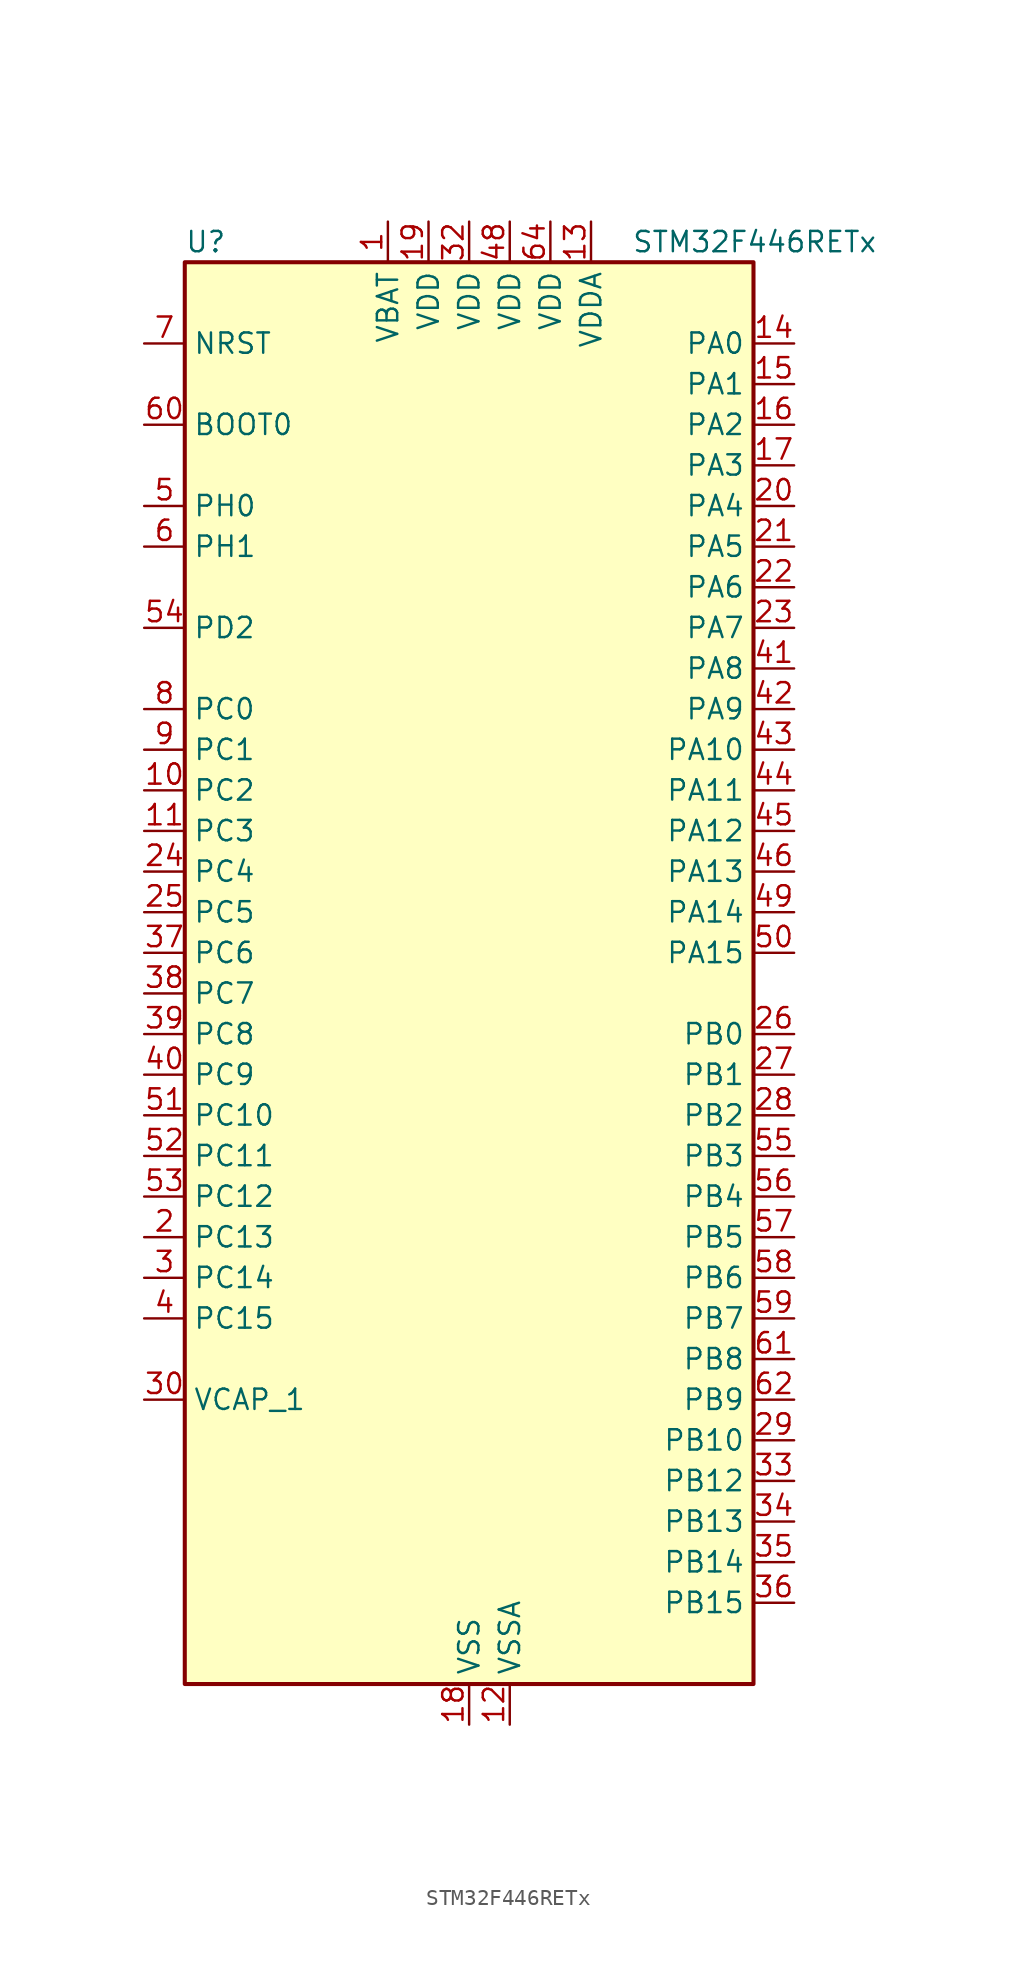
<source format=kicad_sym>
(kicad_symbol_lib
  (version 20241209)
  (generator "kicad_symbol_editor")
  (generator_version "9.0")
  (symbol "STM32F446RETx"
    (property "Reference" "U"
      (at -17.78 46.99 0)
      (effects (font (size 1.27 1.27)) (justify left)))
    (property "Value" "STM32F446RETx"
      (at 10.16 46.99 0)
      (effects (font (size 1.27 1.27)) (justify left)))
    (symbol "STM32F446RETx_0_1"
      (rectangle (start -17.78 -43.18) (end 17.78 45.72) (stroke (width 0.254) (type default)) (fill (type background))))
    (symbol "STM32F446RETx_1_1"
      (pin input line (at -20.32 40.64 0) (length 2.54) (name "NRST" (effects (font (size 1.27 1.27)))) (number "7" (effects (font (size 1.27 1.27)))))
      (pin input line (at -20.32 35.56 0) (length 2.54) (name "BOOT0" (effects (font (size 1.27 1.27)))) (number "60" (effects (font (size 1.27 1.27)))))
      (pin bidirectional line (at -20.32 30.48 0) (length 2.54) (name "PH0" (effects (font (size 1.27 1.27)))) (number "5" (effects (font (size 1.27 1.27)))) (alternate "RCC_OSC_IN" bidirectional line))
      (pin bidirectional line (at -20.32 27.94 0) (length 2.54) (name "PH1" (effects (font (size 1.27 1.27)))) (number "6" (effects (font (size 1.27 1.27)))) (alternate "RCC_OSC_OUT" bidirectional line))
      (pin bidirectional line (at -20.32 22.86 0) (length 2.54) (name "PD2" (effects (font (size 1.27 1.27)))) (number "54" (effects (font (size 1.27 1.27)))) (alternate "DCMI_D11" bidirectional line) (alternate "SDIO_CMD" bidirectional line) (alternate "TIM3_ETR" bidirectional line) (alternate "UART5_RX" bidirectional line))
      (pin bidirectional line (at -20.32 17.78 0) (length 2.54) (name "PC0" (effects (font (size 1.27 1.27)))) (number "8" (effects (font (size 1.27 1.27)))) (alternate "ADC1_IN10" bidirectional line) (alternate "ADC2_IN10" bidirectional line) (alternate "ADC3_IN10" bidirectional line) (alternate "SAI1_MCLK_B" bidirectional line) (alternate "USB_OTG_HS_ULPI_STP" bidirectional line))
      (pin bidirectional line (at -20.32 15.24 0) (length 2.54) (name "PC1" (effects (font (size 1.27 1.27)))) (number "9" (effects (font (size 1.27 1.27)))) (alternate "ADC1_IN11" bidirectional line) (alternate "ADC2_IN11" bidirectional line) (alternate "ADC3_IN11" bidirectional line) (alternate "I2S2_SD" bidirectional line) (alternate "I2S3_SD" bidirectional line) (alternate "SAI1_SD_A" bidirectional line) (alternate "SPI2_MOSI" bidirectional line) (alternate "SPI3_MOSI" bidirectional line))
      (pin bidirectional line (at -20.32 12.7 0) (length 2.54) (name "PC2" (effects (font (size 1.27 1.27)))) (number "10" (effects (font (size 1.27 1.27)))) (alternate "ADC1_IN12" bidirectional line) (alternate "ADC2_IN12" bidirectional line) (alternate "ADC3_IN12" bidirectional line) (alternate "SPI2_MISO" bidirectional line) (alternate "USB_OTG_HS_ULPI_DIR" bidirectional line))
      (pin bidirectional line (at -20.32 10.16 0) (length 2.54) (name "PC3" (effects (font (size 1.27 1.27)))) (number "11" (effects (font (size 1.27 1.27)))) (alternate "ADC1_IN13" bidirectional line) (alternate "ADC2_IN13" bidirectional line) (alternate "ADC3_IN13" bidirectional line) (alternate "I2S2_SD" bidirectional line) (alternate "SPI2_MOSI" bidirectional line) (alternate "USB_OTG_HS_ULPI_NXT" bidirectional line))
      (pin bidirectional line (at -20.32 7.62 0) (length 2.54) (name "PC4" (effects (font (size 1.27 1.27)))) (number "24" (effects (font (size 1.27 1.27)))) (alternate "ADC1_IN14" bidirectional line) (alternate "ADC2_IN14" bidirectional line) (alternate "I2S1_MCK" bidirectional line) (alternate "SPDIFRX_IN2" bidirectional line))
      (pin bidirectional line (at -20.32 5.08 0) (length 2.54) (name "PC5" (effects (font (size 1.27 1.27)))) (number "25" (effects (font (size 1.27 1.27)))) (alternate "ADC1_IN15" bidirectional line) (alternate "ADC2_IN15" bidirectional line) (alternate "SPDIFRX_IN3" bidirectional line) (alternate "USART3_RX" bidirectional line))
      (pin bidirectional line (at -20.32 2.54 0) (length 2.54) (name "PC6" (effects (font (size 1.27 1.27)))) (number "37" (effects (font (size 1.27 1.27)))) (alternate "DCMI_D0" bidirectional line) (alternate "FMPI2C1_SCL" bidirectional line) (alternate "I2S2_MCK" bidirectional line) (alternate "SDIO_D6" bidirectional line) (alternate "TIM3_CH1" bidirectional line) (alternate "TIM8_CH1" bidirectional line) (alternate "USART6_TX" bidirectional line))
      (pin bidirectional line (at -20.32 0 0) (length 2.54) (name "PC7" (effects (font (size 1.27 1.27)))) (number "38" (effects (font (size 1.27 1.27)))) (alternate "DCMI_D1" bidirectional line) (alternate "FMPI2C1_SDA" bidirectional line) (alternate "I2S2_CK" bidirectional line) (alternate "I2S3_MCK" bidirectional line) (alternate "SDIO_D7" bidirectional line) (alternate "SPDIFRX_IN1" bidirectional line) (alternate "SPI2_SCK" bidirectional line) (alternate "TIM3_CH2" bidirectional line) (alternate "TIM8_CH2" bidirectional line) (alternate "USART6_RX" bidirectional line))
      (pin bidirectional line (at -20.32 -2.54 0) (length 2.54) (name "PC8" (effects (font (size 1.27 1.27)))) (number "39" (effects (font (size 1.27 1.27)))) (alternate "DCMI_D2" bidirectional line) (alternate "SDIO_D0" bidirectional line) (alternate "SYS_TRACED0" bidirectional line) (alternate "TIM3_CH3" bidirectional line) (alternate "TIM8_CH3" bidirectional line) (alternate "UART5_RTS" bidirectional line) (alternate "USART6_CK" bidirectional line))
      (pin bidirectional line (at -20.32 -5.08 0) (length 2.54) (name "PC9" (effects (font (size 1.27 1.27)))) (number "40" (effects (font (size 1.27 1.27)))) (alternate "DAC_EXTI9" bidirectional line) (alternate "DCMI_D3" bidirectional line) (alternate "I2C3_SDA" bidirectional line) (alternate "I2S_CKIN" bidirectional line) (alternate "QUADSPI_BK1_IO0" bidirectional line) (alternate "RCC_MCO_2" bidirectional line) (alternate "SDIO_D1" bidirectional line) (alternate "TIM3_CH4" bidirectional line) (alternate "TIM8_CH4" bidirectional line) (alternate "UART5_CTS" bidirectional line))
      (pin bidirectional line (at -20.32 -7.62 0) (length 2.54) (name "PC10" (effects (font (size 1.27 1.27)))) (number "51" (effects (font (size 1.27 1.27)))) (alternate "DCMI_D8" bidirectional line) (alternate "I2S3_CK" bidirectional line) (alternate "QUADSPI_BK1_IO1" bidirectional line) (alternate "SDIO_D2" bidirectional line) (alternate "SPI3_SCK" bidirectional line) (alternate "UART4_TX" bidirectional line) (alternate "USART3_TX" bidirectional line))
      (pin bidirectional line (at -20.32 -10.16 0) (length 2.54) (name "PC11" (effects (font (size 1.27 1.27)))) (number "52" (effects (font (size 1.27 1.27)))) (alternate "ADC1_EXTI11" bidirectional line) (alternate "ADC2_EXTI11" bidirectional line) (alternate "ADC3_EXTI11" bidirectional line) (alternate "DCMI_D4" bidirectional line) (alternate "QUADSPI_BK2_NCS" bidirectional line) (alternate "SDIO_D3" bidirectional line) (alternate "SPI3_MISO" bidirectional line) (alternate "UART4_RX" bidirectional line) (alternate "USART3_RX" bidirectional line))
      (pin bidirectional line (at -20.32 -12.7 0) (length 2.54) (name "PC12" (effects (font (size 1.27 1.27)))) (number "53" (effects (font (size 1.27 1.27)))) (alternate "DCMI_D9" bidirectional line) (alternate "I2C2_SDA" bidirectional line) (alternate "I2S3_SD" bidirectional line) (alternate "SDIO_CK" bidirectional line) (alternate "SPI3_MOSI" bidirectional line) (alternate "UART5_TX" bidirectional line) (alternate "USART3_CK" bidirectional line))
      (pin bidirectional line (at -20.32 -15.24 0) (length 2.54) (name "PC13" (effects (font (size 1.27 1.27)))) (number "2" (effects (font (size 1.27 1.27)))) (alternate "RTC_AF1" bidirectional line) (alternate "SYS_WKUP1" bidirectional line))
      (pin bidirectional line (at -20.32 -17.78 0) (length 2.54) (name "PC14" (effects (font (size 1.27 1.27)))) (number "3" (effects (font (size 1.27 1.27)))) (alternate "RCC_OSC32_IN" bidirectional line))
      (pin bidirectional line (at -20.32 -20.32 0) (length 2.54) (name "PC15" (effects (font (size 1.27 1.27)))) (number "4" (effects (font (size 1.27 1.27)))) (alternate "ADC1_EXTI15" bidirectional line) (alternate "ADC2_EXTI15" bidirectional line) (alternate "ADC3_EXTI15" bidirectional line) (alternate "RCC_OSC32_OUT" bidirectional line))
      (pin power_out line (at -20.32 -25.4 0) (length 2.54) (name "VCAP_1" (effects (font (size 1.27 1.27)))) (number "30" (effects (font (size 1.27 1.27)))))
      (pin power_in line (at -5.08 48.26 270) (length 2.54) (name "VBAT" (effects (font (size 1.27 1.27)))) (number "1" (effects (font (size 1.27 1.27)))))
      (pin power_in line (at -2.54 48.26 270) (length 2.54) (name "VDD" (effects (font (size 1.27 1.27)))) (number "19" (effects (font (size 1.27 1.27)))))
      (pin power_in line (at 0 48.26 270) (length 2.54) (name "VDD" (effects (font (size 1.27 1.27)))) (number "32" (effects (font (size 1.27 1.27)))))
      (pin power_in line (at 0 -45.72 90) (length 2.54) (name "VSS" (effects (font (size 1.27 1.27)))) (number "18" (effects (font (size 1.27 1.27)))))
      (pin passive line (at 0 -45.72 90) (length 2.54) (hide yes) (name "VSS" (effects (font (size 1.27 1.27)))) (number "31" (effects (font (size 1.27 1.27)))))
      (pin passive line (at 0 -45.72 90) (length 2.54) (hide yes) (name "VSS" (effects (font (size 1.27 1.27)))) (number "47" (effects (font (size 1.27 1.27)))))
      (pin passive line (at 0 -45.72 90) (length 2.54) (hide yes) (name "VSS" (effects (font (size 1.27 1.27)))) (number "63" (effects (font (size 1.27 1.27)))))
      (pin power_in line (at 2.54 48.26 270) (length 2.54) (name "VDD" (effects (font (size 1.27 1.27)))) (number "48" (effects (font (size 1.27 1.27)))))
      (pin power_in line (at 2.54 -45.72 90) (length 2.54) (name "VSSA" (effects (font (size 1.27 1.27)))) (number "12" (effects (font (size 1.27 1.27)))))
      (pin power_in line (at 5.08 48.26 270) (length 2.54) (name "VDD" (effects (font (size 1.27 1.27)))) (number "64" (effects (font (size 1.27 1.27)))))
      (pin power_in line (at 7.62 48.26 270) (length 2.54) (name "VDDA" (effects (font (size 1.27 1.27)))) (number "13" (effects (font (size 1.27 1.27)))))
      (pin bidirectional line (at 20.32 40.64 180) (length 2.54) (name "PA0" (effects (font (size 1.27 1.27)))) (number "14" (effects (font (size 1.27 1.27)))) (alternate "ADC1_IN0" bidirectional line) (alternate "ADC2_IN0" bidirectional line) (alternate "ADC3_IN0" bidirectional line) (alternate "RTC_AF2" bidirectional line) (alternate "SYS_WKUP0" bidirectional line) (alternate "TIM2_CH1" bidirectional line) (alternate "TIM2_ETR" bidirectional line) (alternate "TIM5_CH1" bidirectional line) (alternate "TIM8_ETR" bidirectional line) (alternate "UART4_TX" bidirectional line) (alternate "USART2_CTS" bidirectional line))
      (pin bidirectional line (at 20.32 38.1 180) (length 2.54) (name "PA1" (effects (font (size 1.27 1.27)))) (number "15" (effects (font (size 1.27 1.27)))) (alternate "ADC1_IN1" bidirectional line) (alternate "ADC2_IN1" bidirectional line) (alternate "ADC3_IN1" bidirectional line) (alternate "QUADSPI_BK1_IO3" bidirectional line) (alternate "TIM2_CH2" bidirectional line) (alternate "TIM5_CH2" bidirectional line) (alternate "UART4_RX" bidirectional line) (alternate "USART2_RTS" bidirectional line))
      (pin bidirectional line (at 20.32 35.56 180) (length 2.54) (name "PA2" (effects (font (size 1.27 1.27)))) (number "16" (effects (font (size 1.27 1.27)))) (alternate "ADC1_IN2" bidirectional line) (alternate "ADC2_IN2" bidirectional line) (alternate "ADC3_IN2" bidirectional line) (alternate "TIM2_CH3" bidirectional line) (alternate "TIM5_CH3" bidirectional line) (alternate "TIM9_CH1" bidirectional line) (alternate "USART2_TX" bidirectional line))
      (pin bidirectional line (at 20.32 33.02 180) (length 2.54) (name "PA3" (effects (font (size 1.27 1.27)))) (number "17" (effects (font (size 1.27 1.27)))) (alternate "ADC1_IN3" bidirectional line) (alternate "ADC2_IN3" bidirectional line) (alternate "ADC3_IN3" bidirectional line) (alternate "SAI1_FS_A" bidirectional line) (alternate "TIM2_CH4" bidirectional line) (alternate "TIM5_CH4" bidirectional line) (alternate "TIM9_CH2" bidirectional line) (alternate "USART2_RX" bidirectional line) (alternate "USB_OTG_HS_ULPI_D0" bidirectional line))
      (pin bidirectional line (at 20.32 30.48 180) (length 2.54) (name "PA4" (effects (font (size 1.27 1.27)))) (number "20" (effects (font (size 1.27 1.27)))) (alternate "ADC1_IN4" bidirectional line) (alternate "ADC2_IN4" bidirectional line) (alternate "DAC_OUT1" bidirectional line) (alternate "DCMI_HSYNC" bidirectional line) (alternate "I2S1_WS" bidirectional line) (alternate "I2S3_WS" bidirectional line) (alternate "SPI1_NSS" bidirectional line) (alternate "SPI3_NSS" bidirectional line) (alternate "USART2_CK" bidirectional line) (alternate "USB_OTG_HS_SOF" bidirectional line))
      (pin bidirectional line (at 20.32 27.94 180) (length 2.54) (name "PA5" (effects (font (size 1.27 1.27)))) (number "21" (effects (font (size 1.27 1.27)))) (alternate "ADC1_IN5" bidirectional line) (alternate "ADC2_IN5" bidirectional line) (alternate "DAC_OUT2" bidirectional line) (alternate "I2S1_CK" bidirectional line) (alternate "SPI1_SCK" bidirectional line) (alternate "TIM2_CH1" bidirectional line) (alternate "TIM2_ETR" bidirectional line) (alternate "TIM8_CH1N" bidirectional line) (alternate "USB_OTG_HS_ULPI_CK" bidirectional line))
      (pin bidirectional line (at 20.32 25.4 180) (length 2.54) (name "PA6" (effects (font (size 1.27 1.27)))) (number "22" (effects (font (size 1.27 1.27)))) (alternate "ADC1_IN6" bidirectional line) (alternate "ADC2_IN6" bidirectional line) (alternate "DCMI_PIXCLK" bidirectional line) (alternate "I2S2_MCK" bidirectional line) (alternate "SPI1_MISO" bidirectional line) (alternate "TIM13_CH1" bidirectional line) (alternate "TIM1_BKIN" bidirectional line) (alternate "TIM3_CH1" bidirectional line) (alternate "TIM8_BKIN" bidirectional line))
      (pin bidirectional line (at 20.32 22.86 180) (length 2.54) (name "PA7" (effects (font (size 1.27 1.27)))) (number "23" (effects (font (size 1.27 1.27)))) (alternate "ADC1_IN7" bidirectional line) (alternate "ADC2_IN7" bidirectional line) (alternate "I2S1_SD" bidirectional line) (alternate "SPI1_MOSI" bidirectional line) (alternate "TIM14_CH1" bidirectional line) (alternate "TIM1_CH1N" bidirectional line) (alternate "TIM3_CH2" bidirectional line) (alternate "TIM8_CH1N" bidirectional line))
      (pin bidirectional line (at 20.32 20.32 180) (length 2.54) (name "PA8" (effects (font (size 1.27 1.27)))) (number "41" (effects (font (size 1.27 1.27)))) (alternate "I2C3_SCL" bidirectional line) (alternate "RCC_MCO_1" bidirectional line) (alternate "TIM1_CH1" bidirectional line) (alternate "USART1_CK" bidirectional line) (alternate "USB_OTG_FS_SOF" bidirectional line))
      (pin bidirectional line (at 20.32 17.78 180) (length 2.54) (name "PA9" (effects (font (size 1.27 1.27)))) (number "42" (effects (font (size 1.27 1.27)))) (alternate "DAC_EXTI9" bidirectional line) (alternate "DCMI_D0" bidirectional line) (alternate "I2C3_SMBA" bidirectional line) (alternate "I2S2_CK" bidirectional line) (alternate "SAI1_SD_B" bidirectional line) (alternate "SPI2_SCK" bidirectional line) (alternate "TIM1_CH2" bidirectional line) (alternate "USART1_TX" bidirectional line) (alternate "USB_OTG_FS_VBUS" bidirectional line))
      (pin bidirectional line (at 20.32 15.24 180) (length 2.54) (name "PA10" (effects (font (size 1.27 1.27)))) (number "43" (effects (font (size 1.27 1.27)))) (alternate "DCMI_D1" bidirectional line) (alternate "TIM1_CH3" bidirectional line) (alternate "USART1_RX" bidirectional line) (alternate "USB_OTG_FS_ID" bidirectional line))
      (pin bidirectional line (at 20.32 12.7 180) (length 2.54) (name "PA11" (effects (font (size 1.27 1.27)))) (number "44" (effects (font (size 1.27 1.27)))) (alternate "ADC1_EXTI11" bidirectional line) (alternate "ADC2_EXTI11" bidirectional line) (alternate "ADC3_EXTI11" bidirectional line) (alternate "CAN1_RX" bidirectional line) (alternate "TIM1_CH4" bidirectional line) (alternate "USART1_CTS" bidirectional line) (alternate "USB_OTG_FS_DM" bidirectional line))
      (pin bidirectional line (at 20.32 10.16 180) (length 2.54) (name "PA12" (effects (font (size 1.27 1.27)))) (number "45" (effects (font (size 1.27 1.27)))) (alternate "CAN1_TX" bidirectional line) (alternate "TIM1_ETR" bidirectional line) (alternate "USART1_RTS" bidirectional line) (alternate "USB_OTG_FS_DP" bidirectional line))
      (pin bidirectional line (at 20.32 7.62 180) (length 2.54) (name "PA13" (effects (font (size 1.27 1.27)))) (number "46" (effects (font (size 1.27 1.27)))) (alternate "SYS_JTMS-SWDIO" bidirectional line))
      (pin bidirectional line (at 20.32 5.08 180) (length 2.54) (name "PA14" (effects (font (size 1.27 1.27)))) (number "49" (effects (font (size 1.27 1.27)))) (alternate "SYS_JTCK-SWCLK" bidirectional line))
      (pin bidirectional line (at 20.32 2.54 180) (length 2.54) (name "PA15" (effects (font (size 1.27 1.27)))) (number "50" (effects (font (size 1.27 1.27)))) (alternate "ADC1_EXTI15" bidirectional line) (alternate "ADC2_EXTI15" bidirectional line) (alternate "ADC3_EXTI15" bidirectional line) (alternate "CEC" bidirectional line) (alternate "I2S1_WS" bidirectional line) (alternate "I2S3_WS" bidirectional line) (alternate "SPI1_NSS" bidirectional line) (alternate "SPI3_NSS" bidirectional line) (alternate "SYS_JTDI" bidirectional line) (alternate "TIM2_CH1" bidirectional line) (alternate "TIM2_ETR" bidirectional line) (alternate "UART4_RTS" bidirectional line))
      (pin bidirectional line (at 20.32 -2.54 180) (length 2.54) (name "PB0" (effects (font (size 1.27 1.27)))) (number "26" (effects (font (size 1.27 1.27)))) (alternate "ADC1_IN8" bidirectional line) (alternate "ADC2_IN8" bidirectional line) (alternate "I2S3_SD" bidirectional line) (alternate "SDIO_D1" bidirectional line) (alternate "SPI3_MOSI" bidirectional line) (alternate "TIM1_CH2N" bidirectional line) (alternate "TIM3_CH3" bidirectional line) (alternate "TIM8_CH2N" bidirectional line) (alternate "UART4_CTS" bidirectional line) (alternate "USB_OTG_HS_ULPI_D1" bidirectional line))
      (pin bidirectional line (at 20.32 -5.08 180) (length 2.54) (name "PB1" (effects (font (size 1.27 1.27)))) (number "27" (effects (font (size 1.27 1.27)))) (alternate "ADC1_IN9" bidirectional line) (alternate "ADC2_IN9" bidirectional line) (alternate "SDIO_D2" bidirectional line) (alternate "TIM1_CH3N" bidirectional line) (alternate "TIM3_CH4" bidirectional line) (alternate "TIM8_CH3N" bidirectional line) (alternate "USB_OTG_HS_ULPI_D2" bidirectional line))
      (pin bidirectional line (at 20.32 -7.62 180) (length 2.54) (name "PB2" (effects (font (size 1.27 1.27)))) (number "28" (effects (font (size 1.27 1.27)))) (alternate "I2S3_SD" bidirectional line) (alternate "QUADSPI_CLK" bidirectional line) (alternate "SAI1_SD_A" bidirectional line) (alternate "SDIO_CK" bidirectional line) (alternate "SPI3_MOSI" bidirectional line) (alternate "TIM2_CH4" bidirectional line) (alternate "USB_OTG_HS_ULPI_D4" bidirectional line))
      (pin bidirectional line (at 20.32 -10.16 180) (length 2.54) (name "PB3" (effects (font (size 1.27 1.27)))) (number "55" (effects (font (size 1.27 1.27)))) (alternate "I2C2_SDA" bidirectional line) (alternate "I2S1_CK" bidirectional line) (alternate "I2S3_CK" bidirectional line) (alternate "SPI1_SCK" bidirectional line) (alternate "SPI3_SCK" bidirectional line) (alternate "SYS_JTDO-SWO" bidirectional line) (alternate "TIM2_CH2" bidirectional line))
      (pin bidirectional line (at 20.32 -12.7 180) (length 2.54) (name "PB4" (effects (font (size 1.27 1.27)))) (number "56" (effects (font (size 1.27 1.27)))) (alternate "I2C3_SDA" bidirectional line) (alternate "I2S2_WS" bidirectional line) (alternate "SPI1_MISO" bidirectional line) (alternate "SPI2_NSS" bidirectional line) (alternate "SPI3_MISO" bidirectional line) (alternate "SYS_JTRST" bidirectional line) (alternate "TIM3_CH1" bidirectional line))
      (pin bidirectional line (at 20.32 -15.24 180) (length 2.54) (name "PB5" (effects (font (size 1.27 1.27)))) (number "57" (effects (font (size 1.27 1.27)))) (alternate "CAN2_RX" bidirectional line) (alternate "DCMI_D10" bidirectional line) (alternate "I2C1_SMBA" bidirectional line) (alternate "I2S1_SD" bidirectional line) (alternate "I2S3_SD" bidirectional line) (alternate "SPI1_MOSI" bidirectional line) (alternate "SPI3_MOSI" bidirectional line) (alternate "TIM3_CH2" bidirectional line) (alternate "USB_OTG_HS_ULPI_D7" bidirectional line))
      (pin bidirectional line (at 20.32 -17.78 180) (length 2.54) (name "PB6" (effects (font (size 1.27 1.27)))) (number "58" (effects (font (size 1.27 1.27)))) (alternate "CAN2_TX" bidirectional line) (alternate "CEC" bidirectional line) (alternate "DCMI_D5" bidirectional line) (alternate "I2C1_SCL" bidirectional line) (alternate "QUADSPI_BK1_NCS" bidirectional line) (alternate "TIM4_CH1" bidirectional line) (alternate "USART1_TX" bidirectional line))
      (pin bidirectional line (at 20.32 -20.32 180) (length 2.54) (name "PB7" (effects (font (size 1.27 1.27)))) (number "59" (effects (font (size 1.27 1.27)))) (alternate "DCMI_VSYNC" bidirectional line) (alternate "I2C1_SDA" bidirectional line) (alternate "SPDIFRX_IN0" bidirectional line) (alternate "TIM4_CH2" bidirectional line) (alternate "USART1_RX" bidirectional line))
      (pin bidirectional line (at 20.32 -22.86 180) (length 2.54) (name "PB8" (effects (font (size 1.27 1.27)))) (number "61" (effects (font (size 1.27 1.27)))) (alternate "CAN1_RX" bidirectional line) (alternate "DCMI_D6" bidirectional line) (alternate "I2C1_SCL" bidirectional line) (alternate "SDIO_D4" bidirectional line) (alternate "TIM10_CH1" bidirectional line) (alternate "TIM2_CH1" bidirectional line) (alternate "TIM2_ETR" bidirectional line) (alternate "TIM4_CH3" bidirectional line))
      (pin bidirectional line (at 20.32 -25.4 180) (length 2.54) (name "PB9" (effects (font (size 1.27 1.27)))) (number "62" (effects (font (size 1.27 1.27)))) (alternate "CAN1_TX" bidirectional line) (alternate "DAC_EXTI9" bidirectional line) (alternate "DCMI_D7" bidirectional line) (alternate "I2C1_SDA" bidirectional line) (alternate "I2S2_WS" bidirectional line) (alternate "SAI1_FS_B" bidirectional line) (alternate "SDIO_D5" bidirectional line) (alternate "SPI2_NSS" bidirectional line) (alternate "TIM11_CH1" bidirectional line) (alternate "TIM2_CH2" bidirectional line) (alternate "TIM4_CH4" bidirectional line))
      (pin bidirectional line (at 20.32 -27.94 180) (length 2.54) (name "PB10" (effects (font (size 1.27 1.27)))) (number "29" (effects (font (size 1.27 1.27)))) (alternate "I2C2_SCL" bidirectional line) (alternate "I2S2_CK" bidirectional line) (alternate "SAI1_SCK_A" bidirectional line) (alternate "SPI2_SCK" bidirectional line) (alternate "TIM2_CH3" bidirectional line) (alternate "USART3_TX" bidirectional line) (alternate "USB_OTG_HS_ULPI_D3" bidirectional line))
      (pin bidirectional line (at 20.32 -30.48 180) (length 2.54) (name "PB12" (effects (font (size 1.27 1.27)))) (number "33" (effects (font (size 1.27 1.27)))) (alternate "CAN2_RX" bidirectional line) (alternate "I2C2_SMBA" bidirectional line) (alternate "I2S2_WS" bidirectional line) (alternate "SAI1_SCK_B" bidirectional line) (alternate "SPI2_NSS" bidirectional line) (alternate "TIM1_BKIN" bidirectional line) (alternate "USART3_CK" bidirectional line) (alternate "USB_OTG_HS_ID" bidirectional line) (alternate "USB_OTG_HS_ULPI_D5" bidirectional line))
      (pin bidirectional line (at 20.32 -33.02 180) (length 2.54) (name "PB13" (effects (font (size 1.27 1.27)))) (number "34" (effects (font (size 1.27 1.27)))) (alternate "CAN2_TX" bidirectional line) (alternate "I2S2_CK" bidirectional line) (alternate "SPI2_SCK" bidirectional line) (alternate "TIM1_CH1N" bidirectional line) (alternate "USART3_CTS" bidirectional line) (alternate "USB_OTG_HS_ULPI_D6" bidirectional line) (alternate "USB_OTG_HS_VBUS" bidirectional line))
      (pin bidirectional line (at 20.32 -35.56 180) (length 2.54) (name "PB14" (effects (font (size 1.27 1.27)))) (number "35" (effects (font (size 1.27 1.27)))) (alternate "SPI2_MISO" bidirectional line) (alternate "TIM12_CH1" bidirectional line) (alternate "TIM1_CH2N" bidirectional line) (alternate "TIM8_CH2N" bidirectional line) (alternate "USART3_RTS" bidirectional line) (alternate "USB_OTG_HS_DM" bidirectional line))
      (pin bidirectional line (at 20.32 -38.1 180) (length 2.54) (name "PB15" (effects (font (size 1.27 1.27)))) (number "36" (effects (font (size 1.27 1.27)))) (alternate "ADC1_EXTI15" bidirectional line) (alternate "ADC2_EXTI15" bidirectional line) (alternate "ADC3_EXTI15" bidirectional line) (alternate "I2S2_SD" bidirectional line) (alternate "RTC_REFIN" bidirectional line) (alternate "SPI2_MOSI" bidirectional line) (alternate "TIM12_CH2" bidirectional line) (alternate "TIM1_CH3N" bidirectional line) (alternate "TIM8_CH3N" bidirectional line) (alternate "USB_OTG_HS_DP" bidirectional line)))))
</source>
